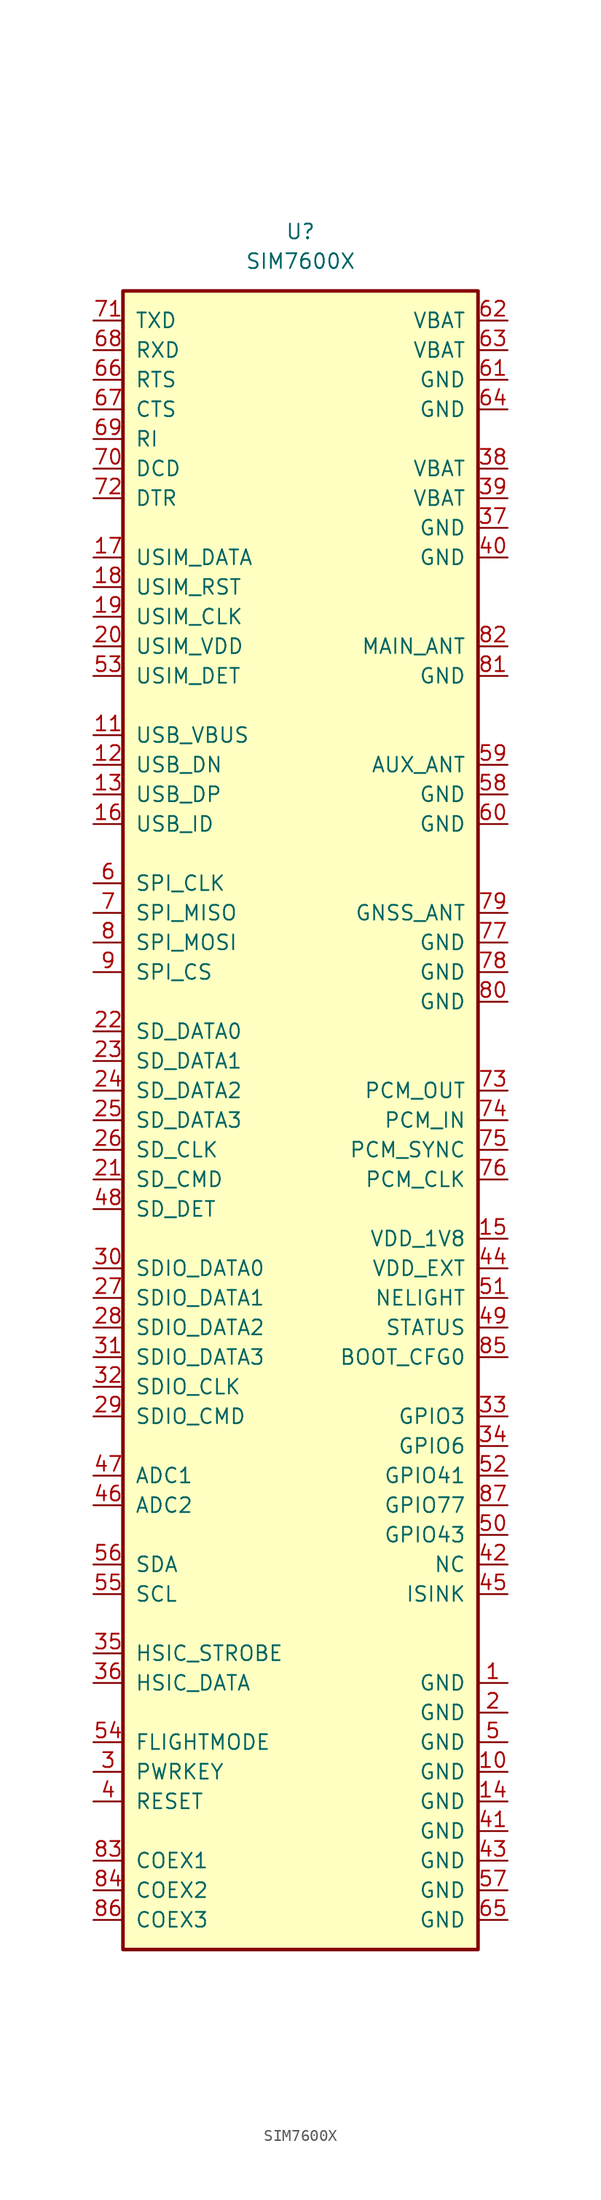
<source format=kicad_sym>
(kicad_symbol_lib
  (version 20211014)
  (generator kicad_symbol_editor)
  (symbol "SIM7600X"
    (pin_names
      (offset 1.016))
    (property "Reference" "U"
      (at 0 76.2 0)
      (effects (font (size 1.27 1.27))))
    (property "Value" "SIM7600X"
      (at 0 73.66 0)
      (effects (font (size 1.27 1.27))))
    (symbol "SIM7600X_0_1"
      (rectangle (start -15.24 71.12) (end 15.24 -71.12) (stroke (width 0.305) (type default) (color 0 0 0 0)) (fill (type background))))
    (symbol "SIM7600X_1_1"
      (pin power_in line (at 17.78 -48.26 180) (length 2.54) (name "GND" (effects (font (size 1.27 1.27)))) (number "1" (effects (font (size 1.27 1.27)))))
      (pin power_in line (at 17.78 -55.88 180) (length 2.54) (name "GND" (effects (font (size 1.27 1.27)))) (number "10" (effects (font (size 1.27 1.27)))))
      (pin input line (at -17.78 33.02 0) (length 2.54) (name "USB_VBUS" (effects (font (size 1.27 1.27)))) (number "11" (effects (font (size 1.27 1.27)))))
      (pin bidirectional line (at -17.78 30.48 0) (length 2.54) (name "USB_DN" (effects (font (size 1.27 1.27)))) (number "12" (effects (font (size 1.27 1.27)))))
      (pin bidirectional line (at -17.78 27.94 0) (length 2.54) (name "USB_DP" (effects (font (size 1.27 1.27)))) (number "13" (effects (font (size 1.27 1.27)))))
      (pin power_in line (at 17.78 -58.42 180) (length 2.54) (name "GND" (effects (font (size 1.27 1.27)))) (number "14" (effects (font (size 1.27 1.27)))))
      (pin power_out line (at 17.78 -10.16 180) (length 2.54) (name "VDD_1V8" (effects (font (size 1.27 1.27)))) (number "15" (effects (font (size 1.27 1.27)))))
      (pin input line (at -17.78 25.4 0) (length 2.54) (name "USB_ID" (effects (font (size 1.27 1.27)))) (number "16" (effects (font (size 1.27 1.27)))))
      (pin bidirectional line (at -17.78 48.26 0) (length 2.54) (name "USIM_DATA" (effects (font (size 1.27 1.27)))) (number "17" (effects (font (size 1.27 1.27)))))
      (pin output line (at -17.78 45.72 0) (length 2.54) (name "USIM_RST" (effects (font (size 1.27 1.27)))) (number "18" (effects (font (size 1.27 1.27)))))
      (pin output line (at -17.78 43.18 0) (length 2.54) (name "USIM_CLK" (effects (font (size 1.27 1.27)))) (number "19" (effects (font (size 1.27 1.27)))))
      (pin power_in line (at 17.78 -50.8 180) (length 2.54) (name "GND" (effects (font (size 1.27 1.27)))) (number "2" (effects (font (size 1.27 1.27)))))
      (pin power_out line (at -17.78 40.64 0) (length 2.54) (name "USIM_VDD" (effects (font (size 1.27 1.27)))) (number "20" (effects (font (size 1.27 1.27)))))
      (pin output line (at -17.78 -5.08 0) (length 2.54) (name "SD_CMD" (effects (font (size 1.27 1.27)))) (number "21" (effects (font (size 1.27 1.27)))))
      (pin bidirectional line (at -17.78 7.62 0) (length 2.54) (name "SD_DATA0" (effects (font (size 1.27 1.27)))) (number "22" (effects (font (size 1.27 1.27)))))
      (pin bidirectional line (at -17.78 5.08 0) (length 2.54) (name "SD_DATA1" (effects (font (size 1.27 1.27)))) (number "23" (effects (font (size 1.27 1.27)))))
      (pin bidirectional line (at -17.78 2.54 0) (length 2.54) (name "SD_DATA2" (effects (font (size 1.27 1.27)))) (number "24" (effects (font (size 1.27 1.27)))))
      (pin bidirectional line (at -17.78 0 0) (length 2.54) (name "SD_DATA3" (effects (font (size 1.27 1.27)))) (number "25" (effects (font (size 1.27 1.27)))))
      (pin output line (at -17.78 -2.54 0) (length 2.54) (name "SD_CLK" (effects (font (size 1.27 1.27)))) (number "26" (effects (font (size 1.27 1.27)))))
      (pin bidirectional line (at -17.78 -15.24 0) (length 2.54) (name "SDIO_DATA1" (effects (font (size 1.27 1.27)))) (number "27" (effects (font (size 1.27 1.27)))))
      (pin bidirectional line (at -17.78 -17.78 0) (length 2.54) (name "SDIO_DATA2" (effects (font (size 1.27 1.27)))) (number "28" (effects (font (size 1.27 1.27)))))
      (pin output line (at -17.78 -25.4 0) (length 2.54) (name "SDIO_CMD" (effects (font (size 1.27 1.27)))) (number "29" (effects (font (size 1.27 1.27)))))
      (pin input line (at -17.78 -55.88 0) (length 2.54) (name "PWRKEY" (effects (font (size 1.27 1.27)))) (number "3" (effects (font (size 1.27 1.27)))))
      (pin bidirectional line (at -17.78 -12.7 0) (length 2.54) (name "SDIO_DATA0" (effects (font (size 1.27 1.27)))) (number "30" (effects (font (size 1.27 1.27)))))
      (pin bidirectional line (at -17.78 -20.32 0) (length 2.54) (name "SDIO_DATA3" (effects (font (size 1.27 1.27)))) (number "31" (effects (font (size 1.27 1.27)))))
      (pin output line (at -17.78 -22.86 0) (length 2.54) (name "SDIO_CLK" (effects (font (size 1.27 1.27)))) (number "32" (effects (font (size 1.27 1.27)))))
      (pin bidirectional line (at 17.78 -25.4 180) (length 2.54) (name "GPIO3" (effects (font (size 1.27 1.27)))) (number "33" (effects (font (size 1.27 1.27)))))
      (pin bidirectional line (at 17.78 -27.94 180) (length 2.54) (name "GPIO6" (effects (font (size 1.27 1.27)))) (number "34" (effects (font (size 1.27 1.27)))))
      (pin bidirectional line (at -17.78 -45.72 0) (length 2.54) (name "HSIC_STROBE" (effects (font (size 1.27 1.27)))) (number "35" (effects (font (size 1.27 1.27)))))
      (pin bidirectional line (at -17.78 -48.26 0) (length 2.54) (name "HSIC_DATA" (effects (font (size 1.27 1.27)))) (number "36" (effects (font (size 1.27 1.27)))))
      (pin power_in line (at 17.78 50.8 180) (length 2.54) (name "GND" (effects (font (size 1.27 1.27)))) (number "37" (effects (font (size 1.27 1.27)))))
      (pin power_in line (at 17.78 55.88 180) (length 2.54) (name "VBAT" (effects (font (size 1.27 1.27)))) (number "38" (effects (font (size 1.27 1.27)))))
      (pin power_in line (at 17.78 53.34 180) (length 2.54) (name "VBAT" (effects (font (size 1.27 1.27)))) (number "39" (effects (font (size 1.27 1.27)))))
      (pin input line (at -17.78 -58.42 0) (length 2.54) (name "RESET" (effects (font (size 1.27 1.27)))) (number "4" (effects (font (size 1.27 1.27)))))
      (pin power_in line (at 17.78 48.26 180) (length 2.54) (name "GND" (effects (font (size 1.27 1.27)))) (number "40" (effects (font (size 1.27 1.27)))))
      (pin power_in line (at 17.78 -60.96 180) (length 2.54) (name "GND" (effects (font (size 1.27 1.27)))) (number "41" (effects (font (size 1.27 1.27)))))
      (pin passive line (at 17.78 -38.1 180) (length 2.54) (name "NC" (effects (font (size 1.27 1.27)))) (number "42" (effects (font (size 1.27 1.27)))))
      (pin power_in line (at 17.78 -63.5 180) (length 2.54) (name "GND" (effects (font (size 1.27 1.27)))) (number "43" (effects (font (size 1.27 1.27)))))
      (pin power_out line (at 17.78 -12.7 180) (length 2.54) (name "VDD_EXT" (effects (font (size 1.27 1.27)))) (number "44" (effects (font (size 1.27 1.27)))))
      (pin bidirectional line (at 17.78 -40.64 180) (length 2.54) (name "ISINK" (effects (font (size 1.27 1.27)))) (number "45" (effects (font (size 1.27 1.27)))))
      (pin bidirectional line (at -17.78 -33.02 0) (length 2.54) (name "ADC2" (effects (font (size 1.27 1.27)))) (number "46" (effects (font (size 1.27 1.27)))))
      (pin bidirectional line (at -17.78 -30.48 0) (length 2.54) (name "ADC1" (effects (font (size 1.27 1.27)))) (number "47" (effects (font (size 1.27 1.27)))))
      (pin bidirectional line (at -17.78 -7.62 0) (length 2.54) (name "SD_DET" (effects (font (size 1.27 1.27)))) (number "48" (effects (font (size 1.27 1.27)))))
      (pin output line (at 17.78 -17.78 180) (length 2.54) (name "STATUS" (effects (font (size 1.27 1.27)))) (number "49" (effects (font (size 1.27 1.27)))))
      (pin power_in line (at 17.78 -53.34 180) (length 2.54) (name "GND" (effects (font (size 1.27 1.27)))) (number "5" (effects (font (size 1.27 1.27)))))
      (pin bidirectional line (at 17.78 -35.56 180) (length 2.54) (name "GPIO43" (effects (font (size 1.27 1.27)))) (number "50" (effects (font (size 1.27 1.27)))))
      (pin output line (at 17.78 -15.24 180) (length 2.54) (name "NELIGHT" (effects (font (size 1.27 1.27)))) (number "51" (effects (font (size 1.27 1.27)))))
      (pin bidirectional line (at 17.78 -30.48 180) (length 2.54) (name "GPIO41" (effects (font (size 1.27 1.27)))) (number "52" (effects (font (size 1.27 1.27)))))
      (pin bidirectional line (at -17.78 38.1 0) (length 2.54) (name "USIM_DET" (effects (font (size 1.27 1.27)))) (number "53" (effects (font (size 1.27 1.27)))))
      (pin input line (at -17.78 -53.34 0) (length 2.54) (name "FLIGHTMODE" (effects (font (size 1.27 1.27)))) (number "54" (effects (font (size 1.27 1.27)))))
      (pin output line (at -17.78 -40.64 0) (length 2.54) (name "SCL" (effects (font (size 1.27 1.27)))) (number "55" (effects (font (size 1.27 1.27)))))
      (pin bidirectional line (at -17.78 -38.1 0) (length 2.54) (name "SDA" (effects (font (size 1.27 1.27)))) (number "56" (effects (font (size 1.27 1.27)))))
      (pin power_in line (at 17.78 -66.04 180) (length 2.54) (name "GND" (effects (font (size 1.27 1.27)))) (number "57" (effects (font (size 1.27 1.27)))))
      (pin power_in line (at 17.78 27.94 180) (length 2.54) (name "GND" (effects (font (size 1.27 1.27)))) (number "58" (effects (font (size 1.27 1.27)))))
      (pin output line (at 17.78 30.48 180) (length 2.54) (name "AUX_ANT" (effects (font (size 1.27 1.27)))) (number "59" (effects (font (size 1.27 1.27)))))
      (pin output line (at -17.78 20.32 0) (length 2.54) (name "SPI_CLK" (effects (font (size 1.27 1.27)))) (number "6" (effects (font (size 1.27 1.27)))))
      (pin power_in line (at 17.78 25.4 180) (length 2.54) (name "GND" (effects (font (size 1.27 1.27)))) (number "60" (effects (font (size 1.27 1.27)))))
      (pin power_in line (at 17.78 63.5 180) (length 2.54) (name "GND" (effects (font (size 1.27 1.27)))) (number "61" (effects (font (size 1.27 1.27)))))
      (pin power_in line (at 17.78 68.58 180) (length 2.54) (name "VBAT" (effects (font (size 1.27 1.27)))) (number "62" (effects (font (size 1.27 1.27)))))
      (pin power_in line (at 17.78 66.04 180) (length 2.54) (name "VBAT" (effects (font (size 1.27 1.27)))) (number "63" (effects (font (size 1.27 1.27)))))
      (pin power_in line (at 17.78 60.96 180) (length 2.54) (name "GND" (effects (font (size 1.27 1.27)))) (number "64" (effects (font (size 1.27 1.27)))))
      (pin power_in line (at 17.78 -68.58 180) (length 2.54) (name "GND" (effects (font (size 1.27 1.27)))) (number "65" (effects (font (size 1.27 1.27)))))
      (pin output line (at -17.78 63.5 0) (length 2.54) (name "RTS" (effects (font (size 1.27 1.27)))) (number "66" (effects (font (size 1.27 1.27)))))
      (pin input line (at -17.78 60.96 0) (length 2.54) (name "CTS" (effects (font (size 1.27 1.27)))) (number "67" (effects (font (size 1.27 1.27)))))
      (pin input line (at -17.78 66.04 0) (length 2.54) (name "RXD" (effects (font (size 1.27 1.27)))) (number "68" (effects (font (size 1.27 1.27)))))
      (pin output line (at -17.78 58.42 0) (length 2.54) (name "RI" (effects (font (size 1.27 1.27)))) (number "69" (effects (font (size 1.27 1.27)))))
      (pin input line (at -17.78 17.78 0) (length 2.54) (name "SPI_MISO" (effects (font (size 1.27 1.27)))) (number "7" (effects (font (size 1.27 1.27)))))
      (pin output line (at -17.78 55.88 0) (length 2.54) (name "DCD" (effects (font (size 1.27 1.27)))) (number "70" (effects (font (size 1.27 1.27)))))
      (pin output line (at -17.78 68.58 0) (length 2.54) (name "TXD" (effects (font (size 1.27 1.27)))) (number "71" (effects (font (size 1.27 1.27)))))
      (pin input line (at -17.78 53.34 0) (length 2.54) (name "DTR" (effects (font (size 1.27 1.27)))) (number "72" (effects (font (size 1.27 1.27)))))
      (pin output line (at 17.78 2.54 180) (length 2.54) (name "PCM_OUT" (effects (font (size 1.27 1.27)))) (number "73" (effects (font (size 1.27 1.27)))))
      (pin input line (at 17.78 0 180) (length 2.54) (name "PCM_IN" (effects (font (size 1.27 1.27)))) (number "74" (effects (font (size 1.27 1.27)))))
      (pin output line (at 17.78 -2.54 180) (length 2.54) (name "PCM_SYNC" (effects (font (size 1.27 1.27)))) (number "75" (effects (font (size 1.27 1.27)))))
      (pin output line (at 17.78 -5.08 180) (length 2.54) (name "PCM_CLK" (effects (font (size 1.27 1.27)))) (number "76" (effects (font (size 1.27 1.27)))))
      (pin power_in line (at 17.78 15.24 180) (length 2.54) (name "GND" (effects (font (size 1.27 1.27)))) (number "77" (effects (font (size 1.27 1.27)))))
      (pin power_in line (at 17.78 12.7 180) (length 2.54) (name "GND" (effects (font (size 1.27 1.27)))) (number "78" (effects (font (size 1.27 1.27)))))
      (pin input line (at 17.78 17.78 180) (length 2.54) (name "GNSS_ANT" (effects (font (size 1.27 1.27)))) (number "79" (effects (font (size 1.27 1.27)))))
      (pin output line (at -17.78 15.24 0) (length 2.54) (name "SPI_MOSI" (effects (font (size 1.27 1.27)))) (number "8" (effects (font (size 1.27 1.27)))))
      (pin power_in line (at 17.78 10.16 180) (length 2.54) (name "GND" (effects (font (size 1.27 1.27)))) (number "80" (effects (font (size 1.27 1.27)))))
      (pin power_in line (at 17.78 38.1 180) (length 2.54) (name "GND" (effects (font (size 1.27 1.27)))) (number "81" (effects (font (size 1.27 1.27)))))
      (pin output line (at 17.78 40.64 180) (length 2.54) (name "MAIN_ANT" (effects (font (size 1.27 1.27)))) (number "82" (effects (font (size 1.27 1.27)))))
      (pin bidirectional line (at -17.78 -63.5 0) (length 2.54) (name "COEX1" (effects (font (size 1.27 1.27)))) (number "83" (effects (font (size 1.27 1.27)))))
      (pin bidirectional line (at -17.78 -66.04 0) (length 2.54) (name "COEX2" (effects (font (size 1.27 1.27)))) (number "84" (effects (font (size 1.27 1.27)))))
      (pin input line (at 17.78 -20.32 180) (length 2.54) (name "BOOT_CFG0" (effects (font (size 1.27 1.27)))) (number "85" (effects (font (size 1.27 1.27)))))
      (pin bidirectional line (at -17.78 -68.58 0) (length 2.54) (name "COEX3" (effects (font (size 1.27 1.27)))) (number "86" (effects (font (size 1.27 1.27)))))
      (pin bidirectional line (at 17.78 -33.02 180) (length 2.54) (name "GPIO77" (effects (font (size 1.27 1.27)))) (number "87" (effects (font (size 1.27 1.27)))))
      (pin output line (at -17.78 12.7 0) (length 2.54) (name "SPI_CS" (effects (font (size 1.27 1.27)))) (number "9" (effects (font (size 1.27 1.27))))))))
</source>
